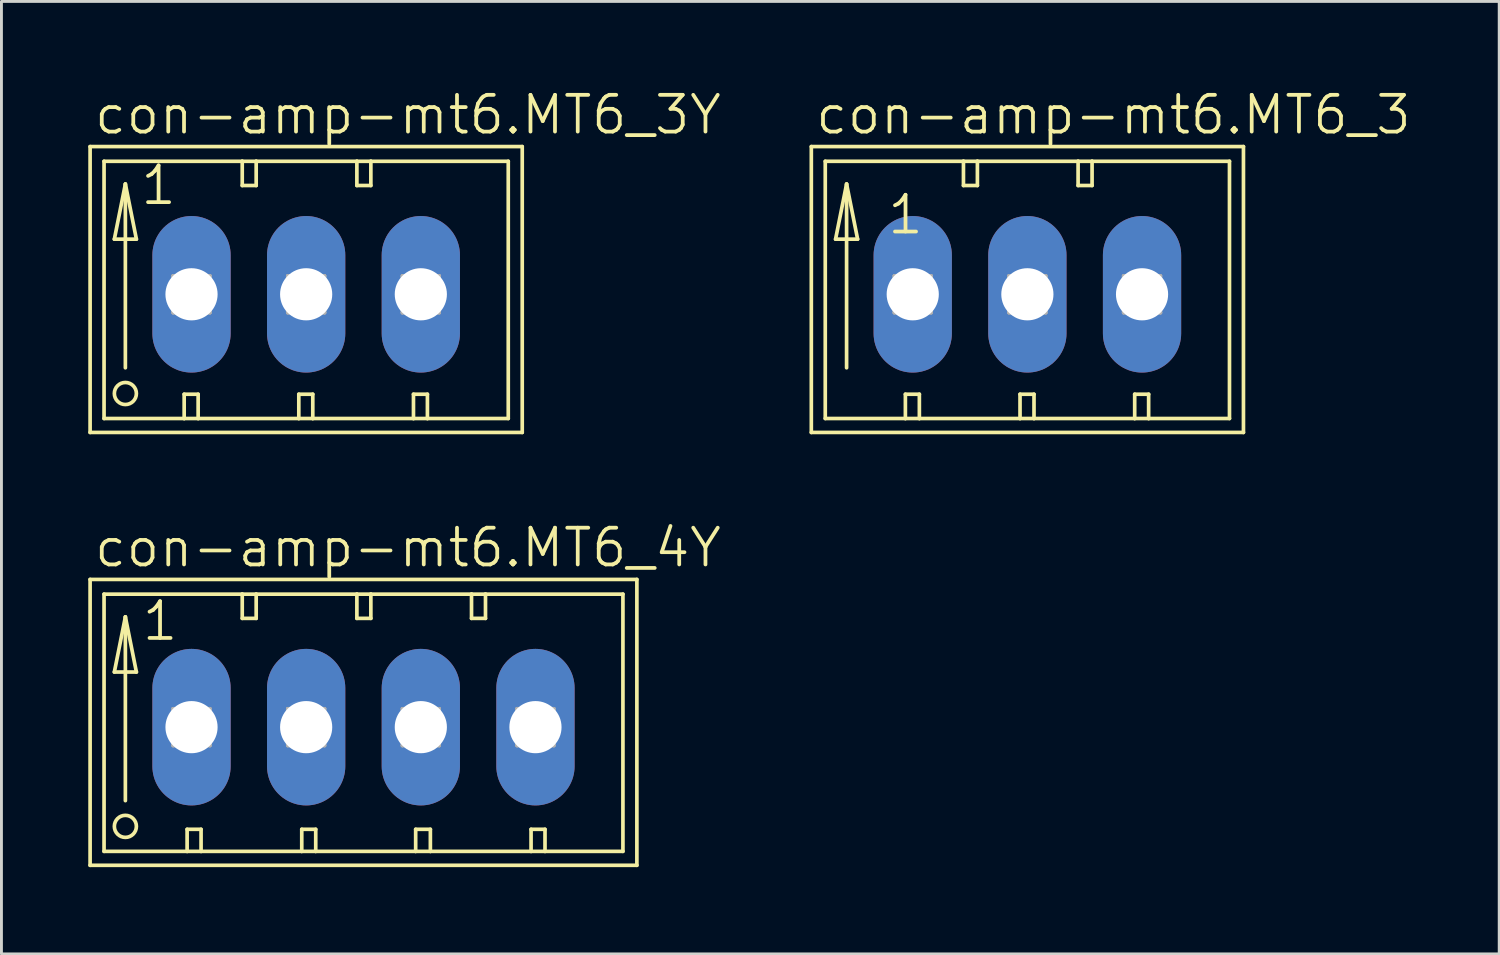
<source format=kicad_pcb>
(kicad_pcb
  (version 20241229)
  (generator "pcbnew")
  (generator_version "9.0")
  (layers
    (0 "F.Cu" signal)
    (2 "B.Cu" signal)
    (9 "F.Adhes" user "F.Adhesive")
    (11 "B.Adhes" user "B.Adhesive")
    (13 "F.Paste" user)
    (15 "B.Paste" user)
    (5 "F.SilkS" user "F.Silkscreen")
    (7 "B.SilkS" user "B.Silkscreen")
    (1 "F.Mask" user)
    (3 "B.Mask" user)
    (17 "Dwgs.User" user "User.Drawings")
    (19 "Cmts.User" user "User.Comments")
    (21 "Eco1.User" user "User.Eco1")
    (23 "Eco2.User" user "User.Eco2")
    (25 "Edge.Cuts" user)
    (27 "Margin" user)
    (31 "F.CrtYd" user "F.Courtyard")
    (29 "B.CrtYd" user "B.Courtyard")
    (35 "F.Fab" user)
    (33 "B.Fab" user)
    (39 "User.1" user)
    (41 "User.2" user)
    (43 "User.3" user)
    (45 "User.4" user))
  (footprint "con-amp-mt6.MT6_4Y"
    (layer "F.Cu")
    (at 1.029 22.081)
    (property "Reference" "con-amp-mt6.MT6_4Y" (at -0.889 -5.461 0) (layer "F.SilkS") (effects (font (size 1.27 1.27) (thickness 0.13)) (justify left bottom)))
    (attr through_hole)
    (fp_line (start -0.965 -5.105) (end -0.965 4.775) (stroke (width 0.127) (type default)) (layer "F.SilkS"))
    (fp_line (start -0.965 4.775) (end 17.932 4.775) (stroke (width 0.127) (type default)) (layer "F.SilkS"))
    (fp_line (start -0.483 -4.597) (end -0.483 4.293) (stroke (width 0.127) (type default)) (layer "F.SilkS"))
    (fp_line (start -0.483 4.293) (end 2.388 4.293) (stroke (width 0.127) (type default)) (layer "F.SilkS"))
    (fp_line (start -0.127 -1.905) (end 0.635 -1.905) (stroke (width 0.127) (type default)) (layer "F.SilkS"))
    (fp_line (start 0.254 -3.81) (end -0.127 -1.905) (stroke (width 0.127) (type default)) (layer "F.SilkS"))
    (fp_line (start 0.254 -3.81) (end 0.635 -1.905) (stroke (width 0.127) (type default)) (layer "F.SilkS"))
    (fp_line (start 0.254 2.54) (end 0.254 -3.81) (stroke (width 0.127) (type default)) (layer "F.SilkS"))
    (fp_line (start 2.388 3.531) (end 2.87 3.531) (stroke (width 0.127) (type default)) (layer "F.SilkS"))
    (fp_line (start 2.388 4.293) (end 2.388 3.531) (stroke (width 0.127) (type default)) (layer "F.SilkS"))
    (fp_line (start 2.388 4.293) (end 2.87 4.293) (stroke (width 0.127) (type default)) (layer "F.SilkS"))
    (fp_line (start 2.87 4.293) (end 2.87 3.531) (stroke (width 0.127) (type default)) (layer "F.SilkS"))
    (fp_line (start 2.87 4.293) (end 6.35 4.293) (stroke (width 0.127) (type default)) (layer "F.SilkS"))
    (fp_line (start 4.293 -4.597) (end -0.483 -4.597) (stroke (width 0.127) (type default)) (layer "F.SilkS"))
    (fp_line (start 4.293 -4.597) (end 4.293 -3.759) (stroke (width 0.127) (type default)) (layer "F.SilkS"))
    (fp_line (start 4.293 -3.759) (end 4.775 -3.759) (stroke (width 0.127) (type default)) (layer "F.SilkS"))
    (fp_line (start 4.775 -4.597) (end 4.293 -4.597) (stroke (width 0.127) (type default)) (layer "F.SilkS"))
    (fp_line (start 4.775 -3.759) (end 4.775 -4.597) (stroke (width 0.127) (type default)) (layer "F.SilkS"))
    (fp_line (start 6.35 3.531) (end 6.35 4.293) (stroke (width 0.127) (type default)) (layer "F.SilkS"))
    (fp_line (start 6.35 3.531) (end 6.833 3.531) (stroke (width 0.127) (type default)) (layer "F.SilkS"))
    (fp_line (start 6.35 4.293) (end 6.833 4.293) (stroke (width 0.127) (type default)) (layer "F.SilkS"))
    (fp_line (start 6.833 3.531) (end 6.833 4.293) (stroke (width 0.127) (type default)) (layer "F.SilkS"))
    (fp_line (start 6.833 4.293) (end 10.287 4.293) (stroke (width 0.127) (type default)) (layer "F.SilkS"))
    (fp_line (start 8.255 -4.597) (end 4.775 -4.597) (stroke (width 0.127) (type default)) (layer "F.SilkS"))
    (fp_line (start 8.255 -3.759) (end 8.255 -4.597) (stroke (width 0.127) (type default)) (layer "F.SilkS"))
    (fp_line (start 8.255 -3.759) (end 8.738 -3.759) (stroke (width 0.127) (type default)) (layer "F.SilkS"))
    (fp_line (start 8.738 -4.597) (end 8.255 -4.597) (stroke (width 0.127) (type default)) (layer "F.SilkS"))
    (fp_line (start 8.738 -3.759) (end 8.738 -4.597) (stroke (width 0.127) (type default)) (layer "F.SilkS"))
    (fp_line (start 10.287 3.531) (end 10.287 4.293) (stroke (width 0.127) (type default)) (layer "F.SilkS"))
    (fp_line (start 10.287 3.531) (end 10.795 3.531) (stroke (width 0.127) (type default)) (layer "F.SilkS"))
    (fp_line (start 10.287 4.293) (end 10.795 4.293) (stroke (width 0.127) (type default)) (layer "F.SilkS"))
    (fp_line (start 10.795 3.531) (end 10.795 4.293) (stroke (width 0.127) (type default)) (layer "F.SilkS"))
    (fp_line (start 10.795 4.293) (end 14.275 4.293) (stroke (width 0.127) (type default)) (layer "F.SilkS"))
    (fp_line (start 12.217 -4.597) (end 8.738 -4.597) (stroke (width 0.127) (type default)) (layer "F.SilkS"))
    (fp_line (start 12.217 -3.759) (end 12.217 -4.597) (stroke (width 0.127) (type default)) (layer "F.SilkS"))
    (fp_line (start 12.217 -3.759) (end 12.7 -3.759) (stroke (width 0.127) (type default)) (layer "F.SilkS"))
    (fp_line (start 12.7 -4.597) (end 12.217 -4.597) (stroke (width 0.127) (type default)) (layer "F.SilkS"))
    (fp_line (start 12.7 -3.759) (end 12.7 -4.597) (stroke (width 0.127) (type default)) (layer "F.SilkS"))
    (fp_line (start 14.275 3.531) (end 14.275 4.293) (stroke (width 0.127) (type default)) (layer "F.SilkS"))
    (fp_line (start 14.275 3.531) (end 14.757 3.531) (stroke (width 0.127) (type default)) (layer "F.SilkS"))
    (fp_line (start 14.275 4.293) (end 14.757 4.293) (stroke (width 0.127) (type default)) (layer "F.SilkS"))
    (fp_line (start 14.757 3.531) (end 14.757 4.293) (stroke (width 0.127) (type default)) (layer "F.SilkS"))
    (fp_line (start 14.757 4.293) (end 17.45 4.293) (stroke (width 0.127) (type default)) (layer "F.SilkS"))
    (fp_line (start 17.45 -4.597) (end 12.7 -4.597) (stroke (width 0.127) (type default)) (layer "F.SilkS"))
    (fp_line (start 17.45 4.293) (end 17.45 -4.597) (stroke (width 0.127) (type default)) (layer "F.SilkS"))
    (fp_line (start 17.932 -5.105) (end -0.965 -5.105) (stroke (width 0.127) (type default)) (layer "F.SilkS"))
    (fp_line (start 17.932 4.775) (end 17.932 -5.105) (stroke (width 0.127) (type default)) (layer "F.SilkS"))
    (fp_circle (center 0.254 3.429) (end 0.635 3.429) (stroke (width 0.127) (type default)) (fill no) (layer "F.SilkS"))
    (fp_line (start 1.905 -0.635) (end 1.905 0.635) (stroke (width 0.127) (type default)) (layer "F.Fab"))
    (fp_line (start 1.905 -0.635) (end 3.175 0.635) (stroke (width 0.127) (type default)) (layer "F.Fab"))
    (fp_line (start 1.905 0.635) (end 3.175 0.635) (stroke (width 0.127) (type default)) (layer "F.Fab"))
    (fp_line (start 3.175 -0.635) (end 1.905 -0.635) (stroke (width 0.127) (type default)) (layer "F.Fab"))
    (fp_line (start 3.175 -0.635) (end 1.905 0.635) (stroke (width 0.127) (type default)) (layer "F.Fab"))
    (fp_line (start 3.175 0.635) (end 3.175 -0.635) (stroke (width 0.127) (type default)) (layer "F.Fab"))
    (fp_line (start 5.867 -0.635) (end 5.867 0.635) (stroke (width 0.127) (type default)) (layer "F.Fab"))
    (fp_line (start 5.867 -0.635) (end 7.137 0.635) (stroke (width 0.127) (type default)) (layer "F.Fab"))
    (fp_line (start 5.867 0.635) (end 7.137 0.635) (stroke (width 0.127) (type default)) (layer "F.Fab"))
    (fp_line (start 7.137 -0.635) (end 5.867 -0.635) (stroke (width 0.127) (type default)) (layer "F.Fab"))
    (fp_line (start 7.137 -0.635) (end 5.867 0.635) (stroke (width 0.127) (type default)) (layer "F.Fab"))
    (fp_line (start 7.137 0.635) (end 7.137 -0.635) (stroke (width 0.127) (type default)) (layer "F.Fab"))
    (fp_line (start 9.83 -0.635) (end 9.83 0.635) (stroke (width 0.127) (type default)) (layer "F.Fab"))
    (fp_line (start 9.83 -0.635) (end 11.1 0.635) (stroke (width 0.127) (type default)) (layer "F.Fab"))
    (fp_line (start 9.83 0.635) (end 11.1 0.635) (stroke (width 0.127) (type default)) (layer "F.Fab"))
    (fp_line (start 11.1 -0.635) (end 9.83 -0.635) (stroke (width 0.127) (type default)) (layer "F.Fab"))
    (fp_line (start 11.1 -0.635) (end 9.83 0.635) (stroke (width 0.127) (type default)) (layer "F.Fab"))
    (fp_line (start 11.1 0.635) (end 11.1 -0.635) (stroke (width 0.127) (type default)) (layer "F.Fab"))
    (fp_line (start 13.792 -0.635) (end 13.792 0.635) (stroke (width 0.127) (type default)) (layer "F.Fab"))
    (fp_line (start 13.792 -0.635) (end 15.062 0.635) (stroke (width 0.127) (type default)) (layer "F.Fab"))
    (fp_line (start 13.792 0.635) (end 15.062 0.635) (stroke (width 0.127) (type default)) (layer "F.Fab"))
    (fp_line (start 15.062 -0.635) (end 13.792 -0.635) (stroke (width 0.127) (type default)) (layer "F.Fab"))
    (fp_line (start 15.062 -0.635) (end 13.792 0.635) (stroke (width 0.127) (type default)) (layer "F.Fab"))
    (fp_line (start 15.062 0.635) (end 15.062 -0.635) (stroke (width 0.127) (type default)) (layer "F.Fab"))
    (fp_text user "1" (at 0.762 -2.921 0) (layer "F.SilkS") (effects (font (size 1.27 1.27) (thickness 0.13)) (justify left bottom)))
    (pad "1" thru_hole oval (at 2.54 0 90) (size 5.41 2.705) (drill 1.803) (layers "*.Cu" "*.Mask"))
    (pad "2" thru_hole oval (at 6.502 0 90) (size 5.41 2.705) (drill 1.803) (layers "*.Cu" "*.Mask"))
    (pad "3" thru_hole oval (at 10.465 0 90) (size 5.41 2.705) (drill 1.803) (layers "*.Cu" "*.Mask"))
    (pad "4" thru_hole oval (at 14.427 0 90) (size 5.41 2.705) (drill 1.803) (layers "*.Cu" "*.Mask")))
  (footprint "con-amp-mt6.MT6_3Y"
    (layer "F.Cu")
    (at 1.029 7.121)
    (property "Reference" "con-amp-mt6.MT6_3Y" (at -0.889 -5.461 0) (layer "F.SilkS") (effects (font (size 1.27 1.27) (thickness 0.13)) (justify left bottom)))
    (attr through_hole)
    (fp_line (start -0.965 -5.105) (end -0.965 4.775) (stroke (width 0.127) (type default)) (layer "F.SilkS"))
    (fp_line (start -0.965 4.775) (end 13.97 4.775) (stroke (width 0.127) (type default)) (layer "F.SilkS"))
    (fp_line (start -0.483 -4.597) (end -0.483 4.293) (stroke (width 0.127) (type default)) (layer "F.SilkS"))
    (fp_line (start -0.483 4.293) (end 2.286 4.293) (stroke (width 0.127) (type default)) (layer "F.SilkS"))
    (fp_line (start -0.127 -1.905) (end 0.635 -1.905) (stroke (width 0.127) (type default)) (layer "F.SilkS"))
    (fp_line (start 0.254 -3.81) (end -0.127 -1.905) (stroke (width 0.127) (type default)) (layer "F.SilkS"))
    (fp_line (start 0.254 -3.81) (end 0.635 -1.905) (stroke (width 0.127) (type default)) (layer "F.SilkS"))
    (fp_line (start 0.254 2.54) (end 0.254 -3.81) (stroke (width 0.127) (type default)) (layer "F.SilkS"))
    (fp_line (start 2.286 3.454) (end 2.286 4.293) (stroke (width 0.127) (type default)) (layer "F.SilkS"))
    (fp_line (start 2.286 3.454) (end 2.769 3.454) (stroke (width 0.127) (type default)) (layer "F.SilkS"))
    (fp_line (start 2.286 4.293) (end 2.769 4.293) (stroke (width 0.127) (type default)) (layer "F.SilkS"))
    (fp_line (start 2.769 3.454) (end 2.769 4.293) (stroke (width 0.127) (type default)) (layer "F.SilkS"))
    (fp_line (start 2.769 4.293) (end 6.248 4.293) (stroke (width 0.127) (type default)) (layer "F.SilkS"))
    (fp_line (start 4.293 -4.597) (end -0.483 -4.597) (stroke (width 0.127) (type default)) (layer "F.SilkS"))
    (fp_line (start 4.293 -4.597) (end 4.293 -3.759) (stroke (width 0.127) (type default)) (layer "F.SilkS"))
    (fp_line (start 4.293 -3.759) (end 4.775 -3.759) (stroke (width 0.127) (type default)) (layer "F.SilkS"))
    (fp_line (start 4.775 -4.597) (end 4.293 -4.597) (stroke (width 0.127) (type default)) (layer "F.SilkS"))
    (fp_line (start 4.775 -3.759) (end 4.775 -4.597) (stroke (width 0.127) (type default)) (layer "F.SilkS"))
    (fp_line (start 6.248 3.454) (end 6.248 4.293) (stroke (width 0.127) (type default)) (layer "F.SilkS"))
    (fp_line (start 6.248 3.454) (end 6.731 3.454) (stroke (width 0.127) (type default)) (layer "F.SilkS"))
    (fp_line (start 6.248 4.293) (end 6.731 4.293) (stroke (width 0.127) (type default)) (layer "F.SilkS"))
    (fp_line (start 6.731 3.454) (end 6.731 4.293) (stroke (width 0.127) (type default)) (layer "F.SilkS"))
    (fp_line (start 6.731 4.293) (end 10.211 4.293) (stroke (width 0.127) (type default)) (layer "F.SilkS"))
    (fp_line (start 8.255 -4.597) (end 4.775 -4.597) (stroke (width 0.127) (type default)) (layer "F.SilkS"))
    (fp_line (start 8.255 -3.759) (end 8.255 -4.597) (stroke (width 0.127) (type default)) (layer "F.SilkS"))
    (fp_line (start 8.255 -3.759) (end 8.738 -3.759) (stroke (width 0.127) (type default)) (layer "F.SilkS"))
    (fp_line (start 8.738 -4.597) (end 8.255 -4.597) (stroke (width 0.127) (type default)) (layer "F.SilkS"))
    (fp_line (start 8.738 -3.759) (end 8.738 -4.597) (stroke (width 0.127) (type default)) (layer "F.SilkS"))
    (fp_line (start 10.211 3.454) (end 10.211 4.293) (stroke (width 0.127) (type default)) (layer "F.SilkS"))
    (fp_line (start 10.211 3.454) (end 10.693 3.454) (stroke (width 0.127) (type default)) (layer "F.SilkS"))
    (fp_line (start 10.211 4.293) (end 10.693 4.293) (stroke (width 0.127) (type default)) (layer "F.SilkS"))
    (fp_line (start 10.693 3.454) (end 10.693 4.293) (stroke (width 0.127) (type default)) (layer "F.SilkS"))
    (fp_line (start 10.693 4.293) (end 13.487 4.293) (stroke (width 0.127) (type default)) (layer "F.SilkS"))
    (fp_line (start 13.487 -4.597) (end 8.738 -4.597) (stroke (width 0.127) (type default)) (layer "F.SilkS"))
    (fp_line (start 13.487 4.293) (end 13.487 -4.597) (stroke (width 0.127) (type default)) (layer "F.SilkS"))
    (fp_line (start 13.97 -5.105) (end -0.965 -5.105) (stroke (width 0.127) (type default)) (layer "F.SilkS"))
    (fp_line (start 13.97 4.775) (end 13.97 -5.105) (stroke (width 0.127) (type default)) (layer "F.SilkS"))
    (fp_circle (center 0.254 3.429) (end 0.635 3.429) (stroke (width 0.127) (type default)) (fill no) (layer "F.SilkS"))
    (fp_line (start 1.905 -0.635) (end 1.905 0.635) (stroke (width 0.127) (type default)) (layer "F.Fab"))
    (fp_line (start 1.905 -0.635) (end 3.175 0.635) (stroke (width 0.127) (type default)) (layer "F.Fab"))
    (fp_line (start 1.905 0.635) (end 3.175 0.635) (stroke (width 0.127) (type default)) (layer "F.Fab"))
    (fp_line (start 3.175 -0.635) (end 1.905 -0.635) (stroke (width 0.127) (type default)) (layer "F.Fab"))
    (fp_line (start 3.175 -0.635) (end 1.905 0.635) (stroke (width 0.127) (type default)) (layer "F.Fab"))
    (fp_line (start 3.175 0.635) (end 3.175 -0.635) (stroke (width 0.127) (type default)) (layer "F.Fab"))
    (fp_line (start 5.867 -0.635) (end 5.867 0.635) (stroke (width 0.127) (type default)) (layer "F.Fab"))
    (fp_line (start 5.867 -0.635) (end 7.137 0.635) (stroke (width 0.127) (type default)) (layer "F.Fab"))
    (fp_line (start 5.867 0.635) (end 7.137 0.635) (stroke (width 0.127) (type default)) (layer "F.Fab"))
    (fp_line (start 7.137 -0.635) (end 5.867 -0.635) (stroke (width 0.127) (type default)) (layer "F.Fab"))
    (fp_line (start 7.137 -0.635) (end 5.867 0.635) (stroke (width 0.127) (type default)) (layer "F.Fab"))
    (fp_line (start 7.137 0.635) (end 7.137 -0.635) (stroke (width 0.127) (type default)) (layer "F.Fab"))
    (fp_line (start 9.83 -0.635) (end 9.83 0.635) (stroke (width 0.127) (type default)) (layer "F.Fab"))
    (fp_line (start 9.83 -0.635) (end 11.1 0.635) (stroke (width 0.127) (type default)) (layer "F.Fab"))
    (fp_line (start 9.83 0.635) (end 11.1 0.635) (stroke (width 0.127) (type default)) (layer "F.Fab"))
    (fp_line (start 11.1 -0.635) (end 9.83 -0.635) (stroke (width 0.127) (type default)) (layer "F.Fab"))
    (fp_line (start 11.1 -0.635) (end 9.83 0.635) (stroke (width 0.127) (type default)) (layer "F.Fab"))
    (fp_line (start 11.1 0.635) (end 11.1 -0.635) (stroke (width 0.127) (type default)) (layer "F.Fab"))
    (fp_text user "1" (at 0.711 -3.023 0) (layer "F.SilkS") (effects (font (size 1.27 1.27) (thickness 0.13)) (justify left bottom)))
    (pad "1" thru_hole oval (at 2.54 0 90) (size 5.41 2.705) (drill 1.803) (layers "*.Cu" "*.Mask"))
    (pad "2" thru_hole oval (at 6.502 0 90) (size 5.41 2.705) (drill 1.803) (layers "*.Cu" "*.Mask"))
    (pad "3" thru_hole oval (at 10.465 0 90) (size 5.41 2.705) (drill 1.803) (layers "*.Cu" "*.Mask")))
  (footprint "con-amp-mt6.MT6_3"
    (layer "F.Cu")
    (at 25.955 7.121)
    (property "Reference" "con-amp-mt6.MT6_3" (at -0.889 -5.461 0) (layer "F.SilkS") (effects (font (size 1.27 1.27) (thickness 0.13)) (justify left bottom)))
    (attr through_hole)
    (fp_line (start -0.965 -5.105) (end -0.965 4.775) (stroke (width 0.127) (type default)) (layer "F.SilkS"))
    (fp_line (start -0.965 4.775) (end 13.97 4.775) (stroke (width 0.127) (type default)) (layer "F.SilkS"))
    (fp_line (start -0.483 -4.597) (end -0.483 4.293) (stroke (width 0.127) (type default)) (layer "F.SilkS"))
    (fp_line (start -0.483 4.293) (end 2.286 4.293) (stroke (width 0.127) (type default)) (layer "F.SilkS"))
    (fp_line (start -0.127 -1.905) (end 0.635 -1.905) (stroke (width 0.127) (type default)) (layer "F.SilkS"))
    (fp_line (start 0.254 -3.81) (end -0.127 -1.905) (stroke (width 0.127) (type default)) (layer "F.SilkS"))
    (fp_line (start 0.254 -3.81) (end 0.635 -1.905) (stroke (width 0.127) (type default)) (layer "F.SilkS"))
    (fp_line (start 0.254 2.54) (end 0.254 -3.81) (stroke (width 0.127) (type default)) (layer "F.SilkS"))
    (fp_line (start 2.286 3.454) (end 2.286 4.293) (stroke (width 0.127) (type default)) (layer "F.SilkS"))
    (fp_line (start 2.286 3.454) (end 2.769 3.454) (stroke (width 0.127) (type default)) (layer "F.SilkS"))
    (fp_line (start 2.286 4.293) (end 2.769 4.293) (stroke (width 0.127) (type default)) (layer "F.SilkS"))
    (fp_line (start 2.769 3.454) (end 2.769 4.293) (stroke (width 0.127) (type default)) (layer "F.SilkS"))
    (fp_line (start 2.769 4.293) (end 6.248 4.293) (stroke (width 0.127) (type default)) (layer "F.SilkS"))
    (fp_line (start 4.293 -4.597) (end -0.483 -4.597) (stroke (width 0.127) (type default)) (layer "F.SilkS"))
    (fp_line (start 4.293 -4.597) (end 4.293 -3.759) (stroke (width 0.127) (type default)) (layer "F.SilkS"))
    (fp_line (start 4.293 -3.759) (end 4.775 -3.759) (stroke (width 0.127) (type default)) (layer "F.SilkS"))
    (fp_line (start 4.775 -4.597) (end 4.293 -4.597) (stroke (width 0.127) (type default)) (layer "F.SilkS"))
    (fp_line (start 4.775 -3.759) (end 4.775 -4.597) (stroke (width 0.127) (type default)) (layer "F.SilkS"))
    (fp_line (start 6.248 3.454) (end 6.248 4.293) (stroke (width 0.127) (type default)) (layer "F.SilkS"))
    (fp_line (start 6.248 3.454) (end 6.731 3.454) (stroke (width 0.127) (type default)) (layer "F.SilkS"))
    (fp_line (start 6.248 4.293) (end 6.731 4.293) (stroke (width 0.127) (type default)) (layer "F.SilkS"))
    (fp_line (start 6.731 3.454) (end 6.731 4.293) (stroke (width 0.127) (type default)) (layer "F.SilkS"))
    (fp_line (start 6.731 4.293) (end 10.211 4.293) (stroke (width 0.127) (type default)) (layer "F.SilkS"))
    (fp_line (start 8.255 -4.597) (end 4.775 -4.597) (stroke (width 0.127) (type default)) (layer "F.SilkS"))
    (fp_line (start 8.255 -3.759) (end 8.255 -4.597) (stroke (width 0.127) (type default)) (layer "F.SilkS"))
    (fp_line (start 8.255 -3.759) (end 8.738 -3.759) (stroke (width 0.127) (type default)) (layer "F.SilkS"))
    (fp_line (start 8.738 -4.597) (end 8.255 -4.597) (stroke (width 0.127) (type default)) (layer "F.SilkS"))
    (fp_line (start 8.738 -3.759) (end 8.738 -4.597) (stroke (width 0.127) (type default)) (layer "F.SilkS"))
    (fp_line (start 10.211 3.454) (end 10.211 4.293) (stroke (width 0.127) (type default)) (layer "F.SilkS"))
    (fp_line (start 10.211 3.454) (end 10.693 3.454) (stroke (width 0.127) (type default)) (layer "F.SilkS"))
    (fp_line (start 10.211 4.293) (end 10.693 4.293) (stroke (width 0.127) (type default)) (layer "F.SilkS"))
    (fp_line (start 10.693 3.454) (end 10.693 4.293) (stroke (width 0.127) (type default)) (layer "F.SilkS"))
    (fp_line (start 10.693 4.293) (end 13.487 4.293) (stroke (width 0.127) (type default)) (layer "F.SilkS"))
    (fp_line (start 13.487 -4.597) (end 8.738 -4.597) (stroke (width 0.127) (type default)) (layer "F.SilkS"))
    (fp_line (start 13.487 4.293) (end 13.487 -4.597) (stroke (width 0.127) (type default)) (layer "F.SilkS"))
    (fp_line (start 13.97 -5.105) (end -0.965 -5.105) (stroke (width 0.127) (type default)) (layer "F.SilkS"))
    (fp_line (start 13.97 4.775) (end 13.97 -5.105) (stroke (width 0.127) (type default)) (layer "F.SilkS"))
    (fp_line (start 1.905 -0.635) (end 1.905 0.635) (stroke (width 0.127) (type default)) (layer "F.Fab"))
    (fp_line (start 1.905 -0.635) (end 3.175 0.635) (stroke (width 0.127) (type default)) (layer "F.Fab"))
    (fp_line (start 1.905 0.635) (end 3.175 0.635) (stroke (width 0.127) (type default)) (layer "F.Fab"))
    (fp_line (start 3.175 -0.635) (end 1.905 -0.635) (stroke (width 0.127) (type default)) (layer "F.Fab"))
    (fp_line (start 3.175 -0.635) (end 1.905 0.635) (stroke (width 0.127) (type default)) (layer "F.Fab"))
    (fp_line (start 3.175 0.635) (end 3.175 -0.635) (stroke (width 0.127) (type default)) (layer "F.Fab"))
    (fp_line (start 5.867 -0.635) (end 5.867 0.635) (stroke (width 0.127) (type default)) (layer "F.Fab"))
    (fp_line (start 5.867 -0.635) (end 7.137 0.635) (stroke (width 0.127) (type default)) (layer "F.Fab"))
    (fp_line (start 5.867 0.635) (end 7.137 0.635) (stroke (width 0.127) (type default)) (layer "F.Fab"))
    (fp_line (start 7.137 -0.635) (end 5.867 -0.635) (stroke (width 0.127) (type default)) (layer "F.Fab"))
    (fp_line (start 7.137 -0.635) (end 5.867 0.635) (stroke (width 0.127) (type default)) (layer "F.Fab"))
    (fp_line (start 7.137 0.635) (end 7.137 -0.635) (stroke (width 0.127) (type default)) (layer "F.Fab"))
    (fp_line (start 9.83 -0.635) (end 9.83 0.635) (stroke (width 0.127) (type default)) (layer "F.Fab"))
    (fp_line (start 9.83 -0.635) (end 11.1 0.635) (stroke (width 0.127) (type default)) (layer "F.Fab"))
    (fp_line (start 9.83 0.635) (end 11.1 0.635) (stroke (width 0.127) (type default)) (layer "F.Fab"))
    (fp_line (start 11.1 -0.635) (end 9.83 -0.635) (stroke (width 0.127) (type default)) (layer "F.Fab"))
    (fp_line (start 11.1 -0.635) (end 9.83 0.635) (stroke (width 0.127) (type default)) (layer "F.Fab"))
    (fp_line (start 11.1 0.635) (end 11.1 -0.635) (stroke (width 0.127) (type default)) (layer "F.Fab"))
    (fp_text user "1" (at 1.6 -2.007 0) (layer "F.SilkS") (effects (font (size 1.27 1.27) (thickness 0.13)) (justify left bottom)))
    (pad "1" thru_hole oval (at 2.54 0 90) (size 5.41 2.705) (drill 1.803) (layers "*.Cu" "*.Mask"))
    (pad "2" thru_hole oval (at 6.502 0 90) (size 5.41 2.705) (drill 1.803) (layers "*.Cu" "*.Mask"))
    (pad "3" thru_hole oval (at 10.465 0 90) (size 5.41 2.705) (drill 1.803) (layers "*.Cu" "*.Mask")))
  (gr_rect
    (start -3 -3)
    (end 48.764 29.919)
    (stroke (width 0.1) (type default))
    (fill no)
    (layer "Edge.Cuts")))
</source>
